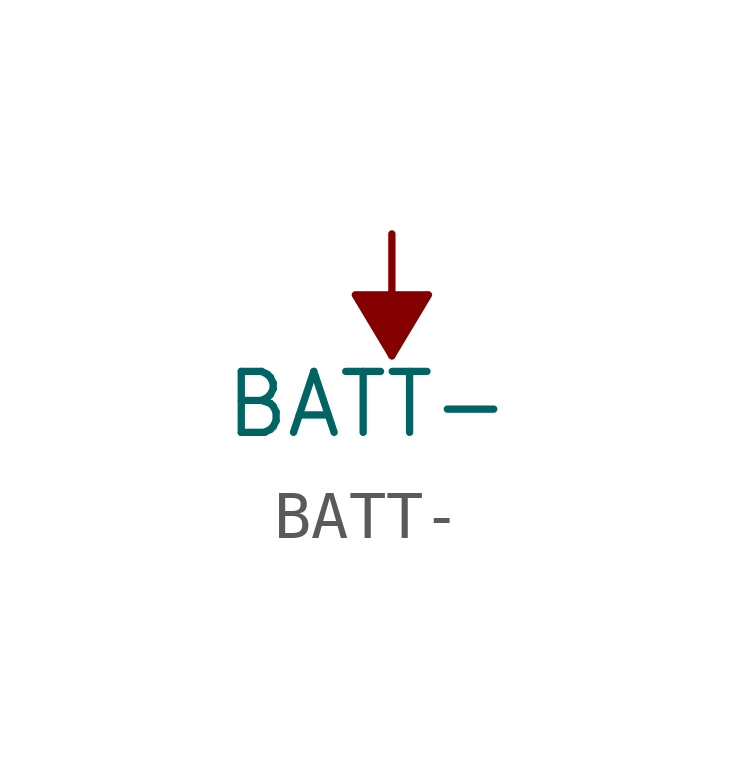
<source format=kicad_sym>
(kicad_symbol_lib
  (version 20220914)
  (generator kicad_symbol_editor)
  (symbol "BATT-"
    (power)
    (pin_names
      (offset 0))
    (property "Reference" "#PWR"
      (at 0 -3.81 0)
      (effects (font (size 1.27 1.27)) hide))
    (property "Value" "BATT-"
      (at -0.508 -3.556 0)
      (effects (font (size 1.27 1.27))))
    (symbol "BATT-_0_1"
      (polyline (pts (xy 0 0) (xy 0 -2.54)) (stroke (width 0) (type default)) (fill (type none)))
      (polyline (pts (xy -0.762 -1.27) (xy 0.762 -1.27) (xy 0 -2.54) (xy -0.762 -1.27)) (stroke (width 0) (type default)) (fill (type outline))))
    (symbol "BATT-_1_1"
      (pin power_in line (at 0 0 90) (length 0) hide (name "BATT-" (effects (font (size 1.27 1.27)))) (number "1" (effects (font (size 1.27 1.27))))))))
</source>
